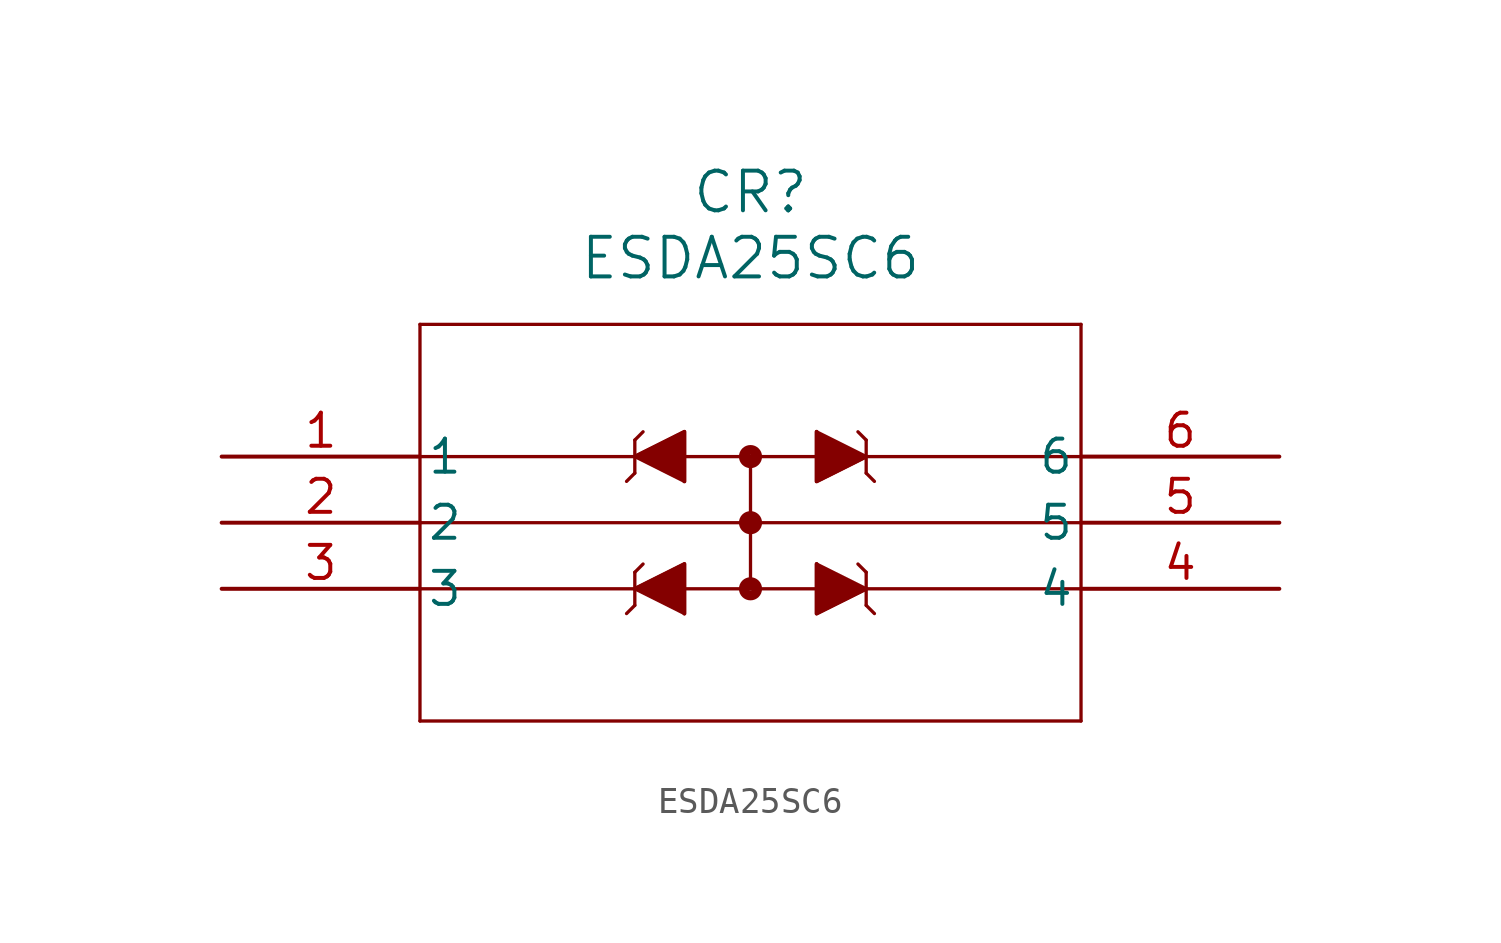
<source format=kicad_sym>
(kicad_symbol_lib
  (version 20211014)
  (generator kicad_symbol_editor)
  (symbol "ESDA25SC6"
    (pin_names
      (offset 0.254))
    (property "Reference" "CR"
      (at 20.32 10.16 0)
      (effects (font (size 1.524 1.524))))
    (property "Value" "ESDA25SC6"
      (at 20.32 7.62 0)
      (effects (font (size 1.524 1.524))))
    (symbol "ESDA25SC6_0_1"
      (polyline (pts (xy 7.62 5.08) (xy 7.62 -10.16)) (stroke (width 0.127) (type default) (color 0 0 0 0)) (fill (type none)))
      (polyline (pts (xy 7.62 -10.16) (xy 33.02 -10.16)) (stroke (width 0.127) (type default) (color 0 0 0 0)) (fill (type none)))
      (polyline (pts (xy 33.02 -10.16) (xy 33.02 5.08)) (stroke (width 0.127) (type default) (color 0 0 0 0)) (fill (type none)))
      (polyline (pts (xy 33.02 5.08) (xy 7.62 5.08)) (stroke (width 0.127) (type default) (color 0 0 0 0)) (fill (type none)))
      (polyline (pts (xy 7.62 0) (xy 33.02 0)) (stroke (width 0.127) (type default) (color 0 0 0 0)) (fill (type none)))
      (polyline (pts (xy 33.02 -2.54) (xy 7.62 -2.54)) (stroke (width 0.127) (type default) (color 0 0 0 0)) (fill (type none)))
      (polyline (pts (xy 7.62 -5.08) (xy 33.02 -5.08)) (stroke (width 0.127) (type default) (color 0 0 0 0)) (fill (type none)))
      (polyline (pts (xy 20.32 0) (xy 20.32 -5.08)) (stroke (width 0.127) (type default) (color 0 0 0 0)) (fill (type none)))
      (polyline (pts (xy 17.78 0.953) (xy 17.78 -0.953)) (stroke (width 0.127) (type default) (color 0 0 0 0)) (fill (type none)))
      (polyline (pts (xy 17.78 -0.953) (xy 15.875 0)) (stroke (width 0.127) (type default) (color 0 0 0 0)) (fill (type none)))
      (polyline (pts (xy 15.875 0) (xy 17.78 0.953)) (stroke (width 0.127) (type default) (color 0 0 0 0)) (fill (type none)))
      (polyline (pts (xy 15.875 0.635) (xy 15.875 -0.635)) (stroke (width 0.127) (type default) (color 0 0 0 0)) (fill (type none)))
      (polyline (pts (xy 15.875 0.635) (xy 16.192 0.953)) (stroke (width 0.127) (type default) (color 0 0 0 0)) (fill (type none)))
      (polyline (pts (xy 15.875 -0.635) (xy 15.557 -0.953)) (stroke (width 0.127) (type default) (color 0 0 0 0)) (fill (type none)))
      (polyline (pts (xy 15.875 0) (xy 17.78 0.953) (xy 17.78 -0.953)) (stroke (width 0) (type default) (color 0 0 0 0)) (fill (type outline)))
      (polyline (pts (xy 17.78 -4.128) (xy 17.78 -6.032)) (stroke (width 0.127) (type default) (color 0 0 0 0)) (fill (type none)))
      (polyline (pts (xy 17.78 -6.032) (xy 15.875 -5.08)) (stroke (width 0.127) (type default) (color 0 0 0 0)) (fill (type none)))
      (polyline (pts (xy 15.875 -5.08) (xy 17.78 -4.128)) (stroke (width 0.127) (type default) (color 0 0 0 0)) (fill (type none)))
      (polyline (pts (xy 15.875 -4.445) (xy 15.875 -5.715)) (stroke (width 0.127) (type default) (color 0 0 0 0)) (fill (type none)))
      (polyline (pts (xy 15.875 -4.445) (xy 16.192 -4.128)) (stroke (width 0.127) (type default) (color 0 0 0 0)) (fill (type none)))
      (polyline (pts (xy 15.875 -5.715) (xy 15.557 -6.032)) (stroke (width 0.127) (type default) (color 0 0 0 0)) (fill (type none)))
      (polyline (pts (xy 15.875 -5.08) (xy 17.78 -4.128) (xy 17.78 -6.032)) (stroke (width 0) (type default) (color 0 0 0 0)) (fill (type outline)))
      (polyline (pts (xy 22.86 -6.032) (xy 22.86 -4.128)) (stroke (width 0.127) (type default) (color 0 0 0 0)) (fill (type none)))
      (polyline (pts (xy 22.86 -4.128) (xy 24.765 -5.08)) (stroke (width 0.127) (type default) (color 0 0 0 0)) (fill (type none)))
      (polyline (pts (xy 24.765 -5.08) (xy 22.86 -6.032)) (stroke (width 0.127) (type default) (color 0 0 0 0)) (fill (type none)))
      (polyline (pts (xy 24.765 -5.715) (xy 24.765 -4.445)) (stroke (width 0.127) (type default) (color 0 0 0 0)) (fill (type none)))
      (polyline (pts (xy 24.765 -5.715) (xy 25.082 -6.032)) (stroke (width 0.127) (type default) (color 0 0 0 0)) (fill (type none)))
      (polyline (pts (xy 24.765 -4.445) (xy 24.448 -4.128)) (stroke (width 0.127) (type default) (color 0 0 0 0)) (fill (type none)))
      (polyline (pts (xy 22.86 -0.953) (xy 22.86 0.953)) (stroke (width 0.127) (type default) (color 0 0 0 0)) (fill (type none)))
      (polyline (pts (xy 22.86 0.953) (xy 24.765 0)) (stroke (width 0.127) (type default) (color 0 0 0 0)) (fill (type none)))
      (polyline (pts (xy 24.765 0) (xy 22.86 -0.953)) (stroke (width 0.127) (type default) (color 0 0 0 0)) (fill (type none)))
      (polyline (pts (xy 24.765 -0.635) (xy 24.765 0.635)) (stroke (width 0.127) (type default) (color 0 0 0 0)) (fill (type none)))
      (polyline (pts (xy 24.765 -0.635) (xy 25.082 -0.953)) (stroke (width 0.127) (type default) (color 0 0 0 0)) (fill (type none)))
      (polyline (pts (xy 24.765 0.635) (xy 24.448 0.953)) (stroke (width 0.127) (type default) (color 0 0 0 0)) (fill (type none)))
      (polyline (pts (xy 24.765 -5.08) (xy 22.86 -6.032) (xy 22.86 -4.128)) (stroke (width 0) (type default) (color 0 0 0 0)) (fill (type outline)))
      (polyline (pts (xy 24.765 0) (xy 22.86 -0.953) (xy 22.86 0.953)) (stroke (width 0) (type default) (color 0 0 0 0)) (fill (type outline)))
      (circle (center 20.32 0) (radius 0.254) (stroke (width 0.381) (type default) (color 0 0 0 0)) (fill (type none)))
      (circle (center 20.32 -2.54) (radius 0.254) (stroke (width 0.381) (type default) (color 0 0 0 0)) (fill (type none)))
      (circle (center 20.32 -5.08) (radius 0.254) (stroke (width 0.381) (type default) (color 0 0 0 0)) (fill (type none)))
      (pin unspecified line (at 0 0 0) (length 7.62) (name "1" (effects (font (size 1.27 1.27)))) (number "1" (effects (font (size 1.27 1.27)))))
      (pin unspecified line (at 0 -2.54 0) (length 7.62) (name "2" (effects (font (size 1.27 1.27)))) (number "2" (effects (font (size 1.27 1.27)))))
      (pin unspecified line (at 0 -5.08 0) (length 7.62) (name "3" (effects (font (size 1.27 1.27)))) (number "3" (effects (font (size 1.27 1.27)))))
      (pin unspecified line (at 40.64 -5.08 180) (length 7.62) (name "4" (effects (font (size 1.27 1.27)))) (number "4" (effects (font (size 1.27 1.27)))))
      (pin unspecified line (at 40.64 -2.54 180) (length 7.62) (name "5" (effects (font (size 1.27 1.27)))) (number "5" (effects (font (size 1.27 1.27)))))
      (pin unspecified line (at 40.64 0 180) (length 7.62) (name "6" (effects (font (size 1.27 1.27)))) (number "6" (effects (font (size 1.27 1.27))))))))
</source>
